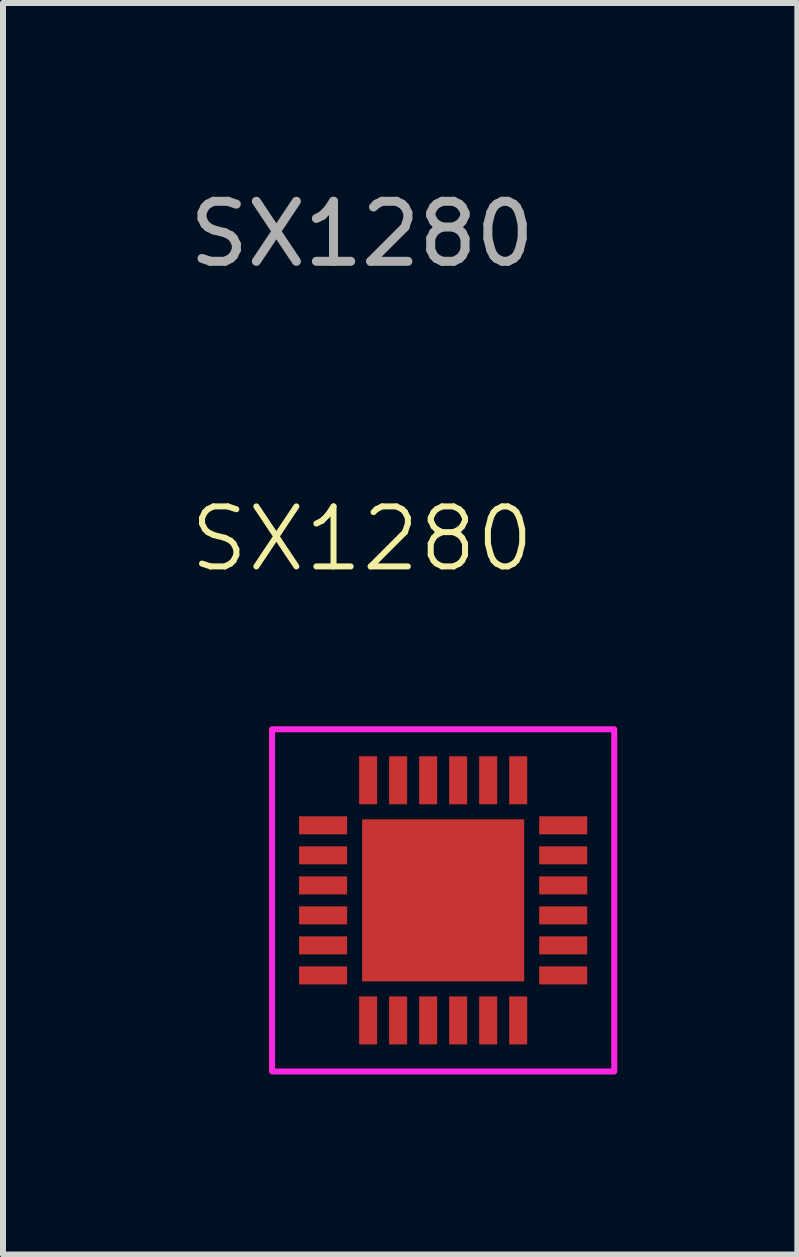
<source format=kicad_pcb>
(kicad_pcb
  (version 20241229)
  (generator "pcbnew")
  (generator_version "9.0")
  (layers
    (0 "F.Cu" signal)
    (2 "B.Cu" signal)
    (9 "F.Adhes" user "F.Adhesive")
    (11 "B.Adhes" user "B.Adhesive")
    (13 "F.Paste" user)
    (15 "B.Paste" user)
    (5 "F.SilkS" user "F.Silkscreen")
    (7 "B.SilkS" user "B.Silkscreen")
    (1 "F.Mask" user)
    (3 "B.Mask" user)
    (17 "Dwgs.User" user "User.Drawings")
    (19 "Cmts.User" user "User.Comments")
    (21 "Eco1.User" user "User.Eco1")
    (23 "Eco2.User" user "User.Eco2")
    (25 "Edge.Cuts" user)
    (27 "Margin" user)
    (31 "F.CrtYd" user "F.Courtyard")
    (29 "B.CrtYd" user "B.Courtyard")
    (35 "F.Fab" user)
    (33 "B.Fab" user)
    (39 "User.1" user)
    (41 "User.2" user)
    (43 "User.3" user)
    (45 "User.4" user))
  (footprint "SX1280"
    (layer "F.Cu")
    (at 2.982 13.548)
    (property "Reference" "SX1280" (at 0 -7.62 0) (unlocked yes) (layer "F.SilkS") (effects (font (size 1 1) (thickness 0.1))))
    (attr smd)
    (fp_rect (start -1.5 -4.45) (end 4.2 1.25) (stroke (width 0.1) (type default)) (fill no) (layer "F.CrtYd"))
    (fp_text user "${REFERENCE}" (at 0 -12.7 0) (unlocked yes) (layer "F.Fab") (effects (font (size 1 1) (thickness 0.15))))
    (pad "0" smd rect (at 1.35 -1.6) (size 2.7 2.7) (layers "F.Cu" "F.Mask" "F.Paste"))
    (pad "1" smd rect (at -0.65 -2.85 90) (size 0.3 0.8) (layers "F.Cu" "F.Mask" "F.Paste"))
    (pad "2" smd rect (at -0.65 -2.35 90) (size 0.3 0.8) (layers "F.Cu" "F.Mask" "F.Paste"))
    (pad "3" smd rect (at -0.65 -1.85 90) (size 0.3 0.8) (layers "F.Cu" "F.Mask" "F.Paste"))
    (pad "4" smd rect (at -0.65 -1.35 90) (size 0.3 0.8) (layers "F.Cu" "F.Mask" "F.Paste"))
    (pad "5" smd rect (at -0.65 -0.85 90) (size 0.3 0.8) (layers "F.Cu" "F.Mask" "F.Paste"))
    (pad "6" smd rect (at -0.65 -0.35 90) (size 0.3 0.8) (layers "F.Cu" "F.Mask" "F.Paste"))
    (pad "7" smd rect (at 0.1 0.4) (size 0.3 0.8) (layers "F.Cu" "F.Mask" "F.Paste"))
    (pad "8" smd rect (at 0.6 0.4) (size 0.3 0.8) (layers "F.Cu" "F.Mask" "F.Paste"))
    (pad "9" smd rect (at 1.1 0.4) (size 0.3 0.8) (layers "F.Cu" "F.Mask" "F.Paste"))
    (pad "10" smd rect (at 1.6 0.4) (size 0.3 0.8) (layers "F.Cu" "F.Mask" "F.Paste"))
    (pad "11" smd rect (at 2.1 0.4) (size 0.3 0.8) (layers "F.Cu" "F.Mask" "F.Paste"))
    (pad "12" smd rect (at 2.6 0.4) (size 0.3 0.8) (layers "F.Cu" "F.Mask" "F.Paste"))
    (pad "13" smd rect (at 3.35 -0.35 90) (size 0.3 0.8) (layers "F.Cu" "F.Mask" "F.Paste"))
    (pad "14" smd rect (at 3.35 -0.85 90) (size 0.3 0.8) (layers "F.Cu" "F.Mask" "F.Paste"))
    (pad "15" smd rect (at 3.35 -1.35 90) (size 0.3 0.8) (layers "F.Cu" "F.Mask" "F.Paste"))
    (pad "16" smd rect (at 3.35 -1.85 90) (size 0.3 0.8) (layers "F.Cu" "F.Mask" "F.Paste"))
    (pad "17" smd rect (at 3.35 -2.35 90) (size 0.3 0.8) (layers "F.Cu" "F.Mask" "F.Paste"))
    (pad "18" smd rect (at 3.35 -2.85 90) (size 0.3 0.8) (layers "F.Cu" "F.Mask" "F.Paste"))
    (pad "19" smd rect (at 2.6 -3.6) (size 0.3 0.8) (layers "F.Cu" "F.Mask" "F.Paste"))
    (pad "20" smd rect (at 2.1 -3.6) (size 0.3 0.8) (layers "F.Cu" "F.Mask" "F.Paste"))
    (pad "21" smd rect (at 1.6 -3.6) (size 0.3 0.8) (layers "F.Cu" "F.Mask" "F.Paste"))
    (pad "22" smd rect (at 1.1 -3.6) (size 0.3 0.8) (layers "F.Cu" "F.Mask" "F.Paste"))
    (pad "23" smd rect (at 0.6 -3.6) (size 0.3 0.8) (layers "F.Cu" "F.Mask" "F.Paste"))
    (pad "24" smd rect (at 0.1 -3.6) (size 0.3 0.8) (layers "F.Cu" "F.Mask" "F.Paste")))
  (gr_rect
    (start -3 -3)
    (end 10.232 17.848)
    (stroke (width 0.1) (type default))
    (fill no)
    (layer "Edge.Cuts")))
</source>
